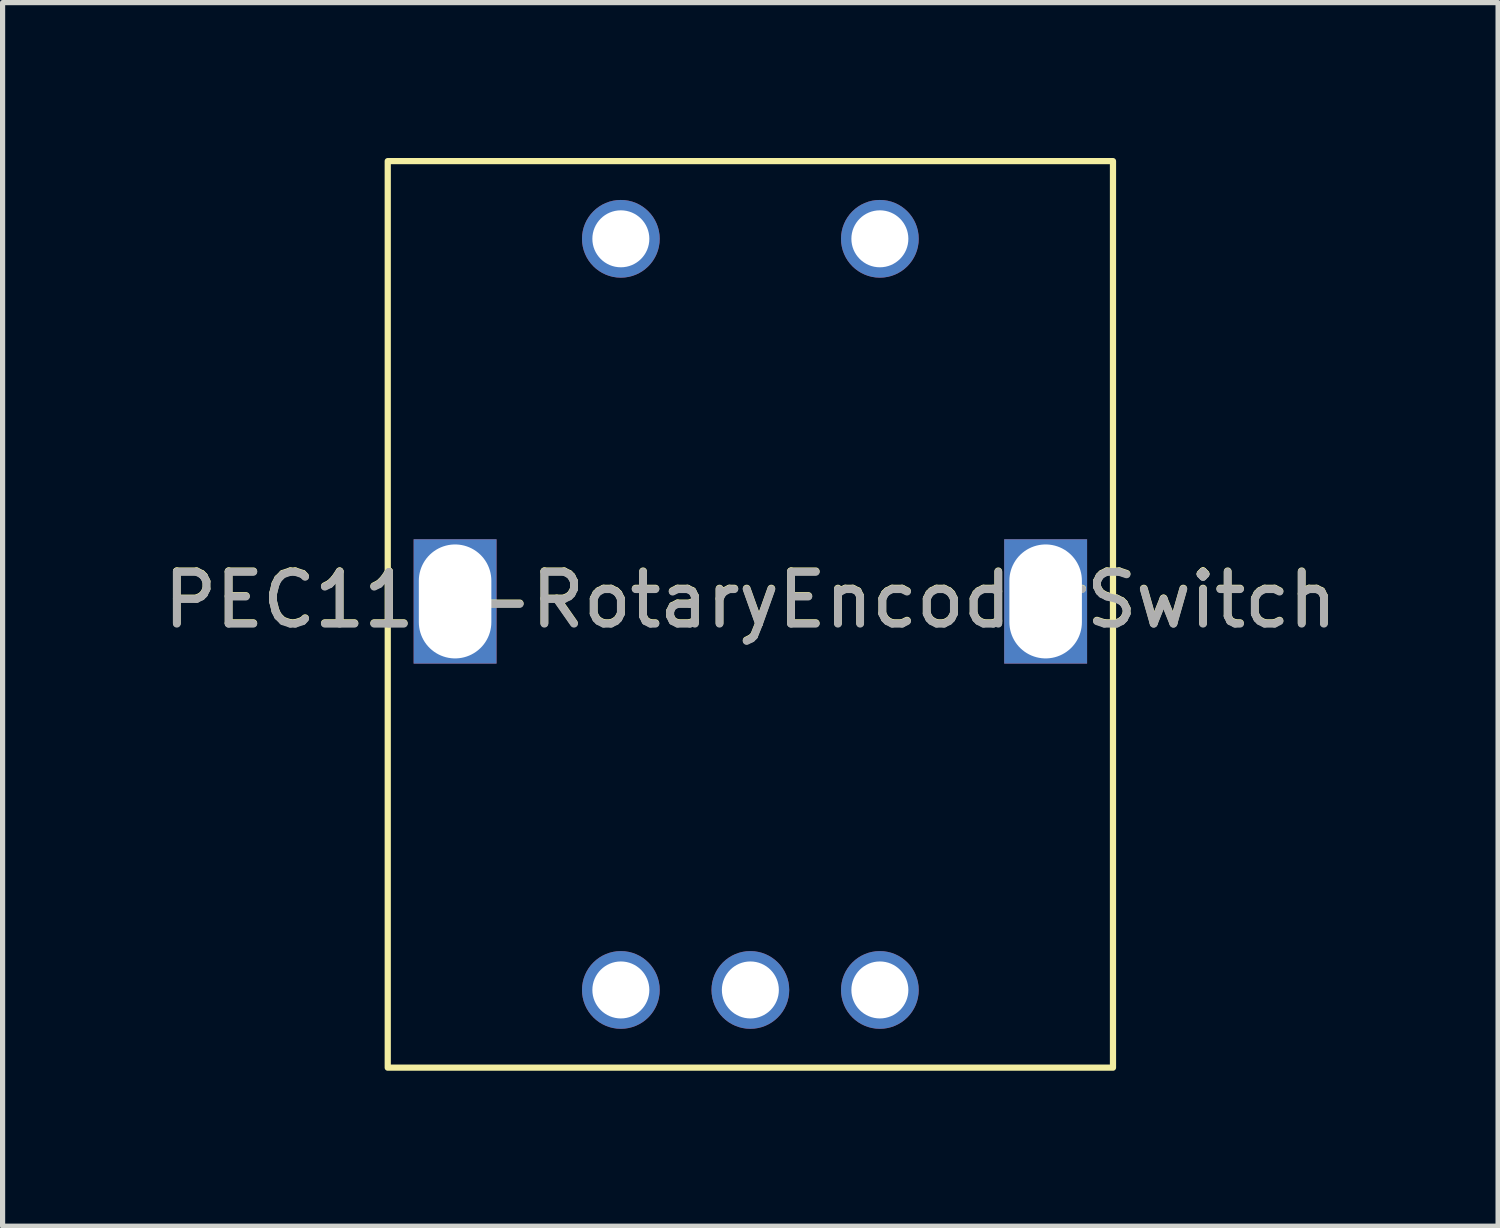
<source format=kicad_pcb>
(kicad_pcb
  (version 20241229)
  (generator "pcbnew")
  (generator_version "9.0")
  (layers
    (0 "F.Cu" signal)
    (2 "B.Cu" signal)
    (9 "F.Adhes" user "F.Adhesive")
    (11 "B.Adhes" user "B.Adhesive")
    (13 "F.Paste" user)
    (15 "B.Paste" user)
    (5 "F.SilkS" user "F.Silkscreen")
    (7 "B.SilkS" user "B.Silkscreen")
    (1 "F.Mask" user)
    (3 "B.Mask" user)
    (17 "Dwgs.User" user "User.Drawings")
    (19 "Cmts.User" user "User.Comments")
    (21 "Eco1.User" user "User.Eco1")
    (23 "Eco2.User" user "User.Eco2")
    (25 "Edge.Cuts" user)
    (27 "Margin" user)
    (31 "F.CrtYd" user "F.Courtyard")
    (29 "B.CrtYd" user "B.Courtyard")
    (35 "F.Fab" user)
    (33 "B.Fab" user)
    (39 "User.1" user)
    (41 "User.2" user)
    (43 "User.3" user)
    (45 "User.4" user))
  (footprint "PEC11H-RotaryEncoderSwitch"
    (layer "F.Cu")
    (at 11.435 8.56)
    (property "Reference" "PEC11H-RotaryEncoderSwitch" (at 0 -0.036 0) (unlocked yes) (layer "F.SilkS") (effects (font (size 1 1) (thickness 0.15))))
    (attr smd)
    (fp_rect (start -7 -8.5) (end 7 9) (stroke (width 0.12) (type solid)) (fill no) (layer "F.SilkS"))
    (fp_text user "${REFERENCE}" (at 0 -0.025 0) (unlocked yes) (layer "F.Fab") (effects (font (size 1 1) (thickness 0.15))))
    (pad "" np_thru_hole rect (at -5.7 0) (size 1.6 2.4) (drill oval 1.4 2.2) (layers "*.Cu" "*.Mask"))
    (pad "" np_thru_hole rect (at 5.7 0) (size 1.6 2.4) (drill oval 1.4 2.2) (layers "*.Cu" "*.Mask"))
    (pad "A" thru_hole circle (at -2.5 7.5) (size 1.5 1.5) (drill 1.1) (layers "*.Cu" "*.Mask"))
    (pad "B" thru_hole circle (at 2.5 7.5) (size 1.5 1.5) (drill 1.1) (layers "*.Cu" "*.Mask"))
    (pad "C" thru_hole circle (at 0 7.5) (size 1.5 1.5) (drill 1.1) (layers "*.Cu" "*.Mask"))
    (pad "S1" thru_hole circle (at -2.5 -7) (size 1.5 1.5) (drill 1.1) (layers "*.Cu" "*.Mask"))
    (pad "S2" thru_hole circle (at 2.5 -7) (size 1.5 1.5) (drill 1.1) (layers "*.Cu" "*.Mask")))
  (gr_rect
    (start -3 -3)
    (end 25.869 20.62)
    (stroke (width 0.1) (type default))
    (fill no)
    (layer "Edge.Cuts")))
</source>
